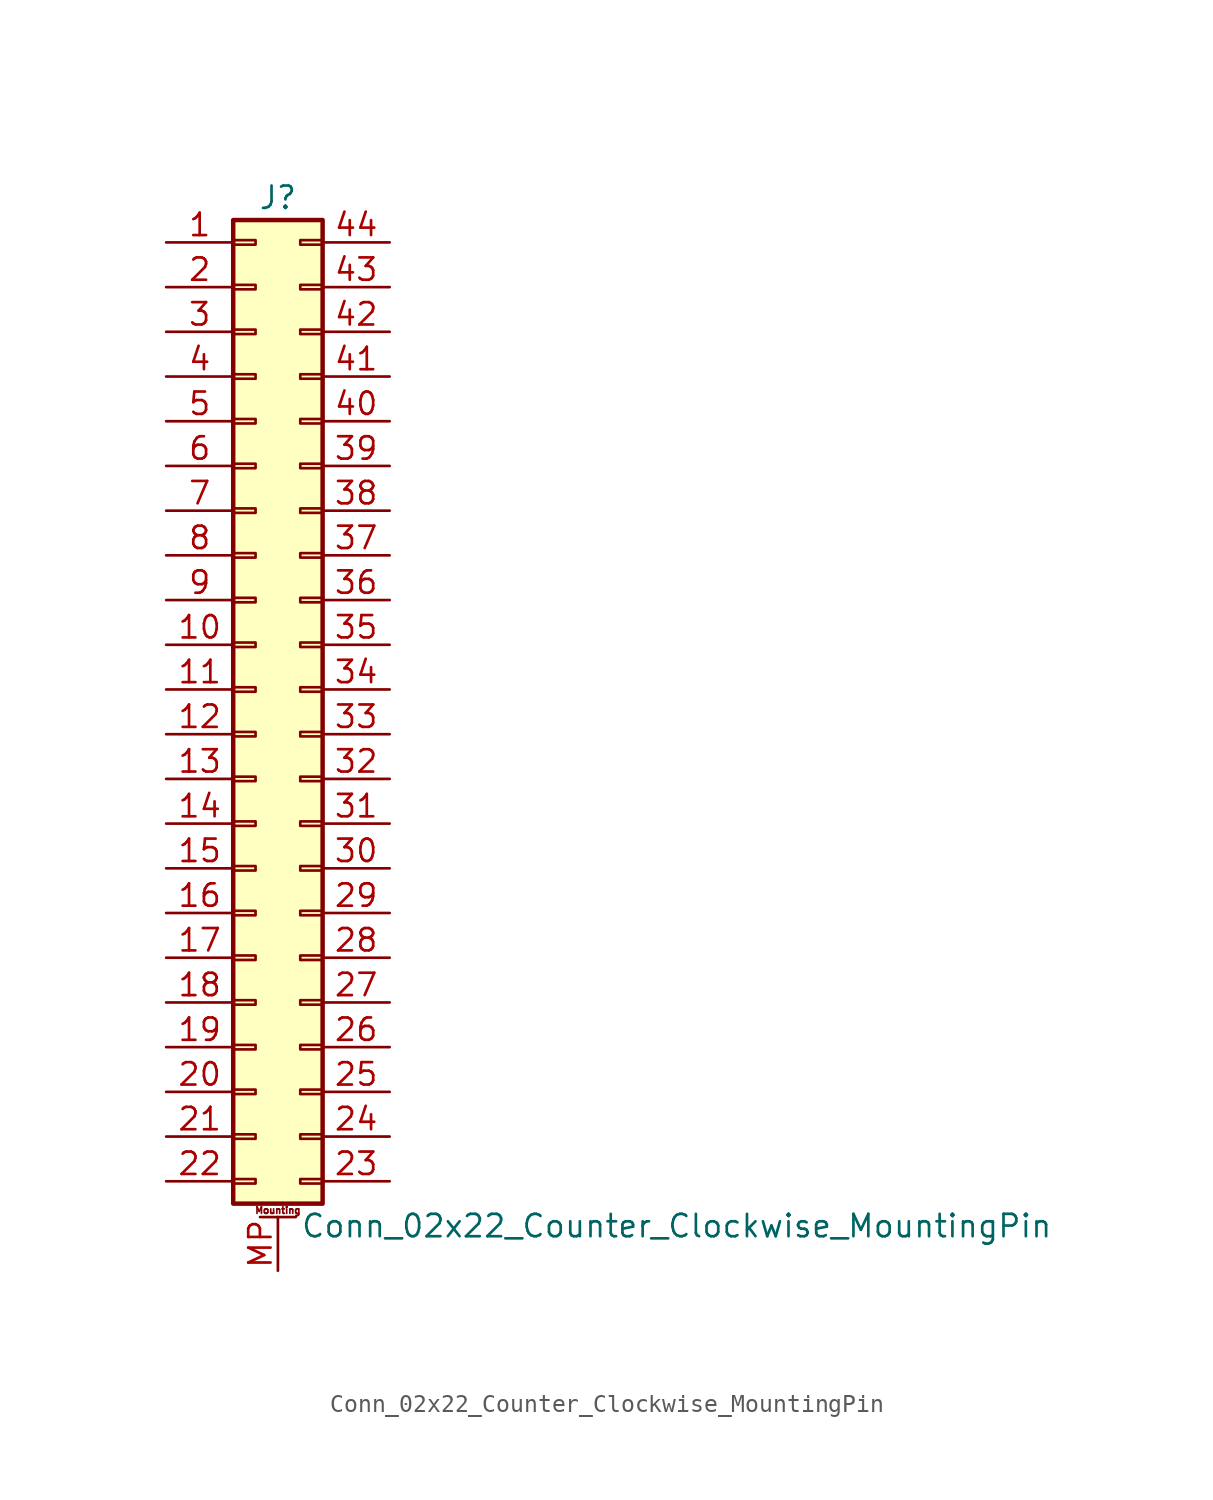
<source format=kicad_sym>
(kicad_symbol_lib
  (version 20201005)
  (generator kicad_symbol_editor)
  (symbol "Connector_Generic_MountingPin:Conn_02x22_Counter_Clockwise_MountingPin"
    (pin_names
      (offset 1.016) hide)
    (property "Reference" "J"
      (at 1.27 27.94 0)
      (effects (font (size 1.27 1.27))))
    (property "Value" "Conn_02x22_Counter_Clockwise_MountingPin"
      (at 2.54 -30.48 0)
      (effects (font (size 1.27 1.27)) (justify left)))
    (symbol "Conn_02x22_Counter_Clockwise_MountingPin_1_1"
      (text "Mounting" (at 1.27 -29.591 0) (effects (font (size 0.381 0.381))))
      (rectangle (start -1.27 -27.813) (end 0 -28.067) (stroke (width 0.152)) (fill (type none)))
      (rectangle (start -1.27 -4.953) (end 0 -5.207) (stroke (width 0.152)) (fill (type none)))
      (rectangle (start -1.27 -7.493) (end 0 -7.747) (stroke (width 0.152)) (fill (type none)))
      (rectangle (start -1.27 -10.033) (end 0 -10.287) (stroke (width 0.152)) (fill (type none)))
      (rectangle (start -1.27 -12.573) (end 0 -12.827) (stroke (width 0.152)) (fill (type none)))
      (rectangle (start -1.27 -15.113) (end 0 -15.367) (stroke (width 0.152)) (fill (type none)))
      (rectangle (start -1.27 -17.653) (end 0 -17.907) (stroke (width 0.152)) (fill (type none)))
      (rectangle (start -1.27 -20.193) (end 0 -20.447) (stroke (width 0.152)) (fill (type none)))
      (rectangle (start -1.27 -22.733) (end 0 -22.987) (stroke (width 0.152)) (fill (type none)))
      (rectangle (start -1.27 -2.413) (end 0 -2.667) (stroke (width 0.152)) (fill (type none)))
      (rectangle (start -1.27 -25.273) (end 0 -25.527) (stroke (width 0.152)) (fill (type none)))
      (rectangle (start -1.27 25.527) (end 0 25.273) (stroke (width 0.152)) (fill (type none)))
      (rectangle (start -1.27 2.667) (end 0 2.413) (stroke (width 0.152)) (fill (type none)))
      (rectangle (start -1.27 26.67) (end 3.81 -29.21) (stroke (width 0.254)) (fill (type background)))
      (rectangle (start -1.27 5.207) (end 0 4.953) (stroke (width 0.152)) (fill (type none)))
      (rectangle (start -1.27 7.747) (end 0 7.493) (stroke (width 0.152)) (fill (type none)))
      (rectangle (start -1.27 10.287) (end 0 10.033) (stroke (width 0.152)) (fill (type none)))
      (rectangle (start -1.27 0.127) (end 0 -0.127) (stroke (width 0.152)) (fill (type none)))
      (rectangle (start -1.27 12.827) (end 0 12.573) (stroke (width 0.152)) (fill (type none)))
      (rectangle (start -1.27 15.367) (end 0 15.113) (stroke (width 0.152)) (fill (type none)))
      (rectangle (start -1.27 17.907) (end 0 17.653) (stroke (width 0.152)) (fill (type none)))
      (rectangle (start -1.27 20.447) (end 0 20.193) (stroke (width 0.152)) (fill (type none)))
      (rectangle (start -1.27 22.987) (end 0 22.733) (stroke (width 0.152)) (fill (type none)))
      (rectangle (start 3.81 -27.813) (end 2.54 -28.067) (stroke (width 0.152)) (fill (type none)))
      (rectangle (start 3.81 -4.953) (end 2.54 -5.207) (stroke (width 0.152)) (fill (type none)))
      (rectangle (start 3.81 -7.493) (end 2.54 -7.747) (stroke (width 0.152)) (fill (type none)))
      (rectangle (start 3.81 -10.033) (end 2.54 -10.287) (stroke (width 0.152)) (fill (type none)))
      (rectangle (start 3.81 -12.573) (end 2.54 -12.827) (stroke (width 0.152)) (fill (type none)))
      (rectangle (start 3.81 -15.113) (end 2.54 -15.367) (stroke (width 0.152)) (fill (type none)))
      (rectangle (start 3.81 -17.653) (end 2.54 -17.907) (stroke (width 0.152)) (fill (type none)))
      (rectangle (start 3.81 -20.193) (end 2.54 -20.447) (stroke (width 0.152)) (fill (type none)))
      (rectangle (start 3.81 -22.733) (end 2.54 -22.987) (stroke (width 0.152)) (fill (type none)))
      (rectangle (start 3.81 -2.413) (end 2.54 -2.667) (stroke (width 0.152)) (fill (type none)))
      (rectangle (start 3.81 -25.273) (end 2.54 -25.527) (stroke (width 0.152)) (fill (type none)))
      (rectangle (start 3.81 25.527) (end 2.54 25.273) (stroke (width 0.152)) (fill (type none)))
      (rectangle (start 3.81 2.667) (end 2.54 2.413) (stroke (width 0.152)) (fill (type none)))
      (rectangle (start 3.81 5.207) (end 2.54 4.953) (stroke (width 0.152)) (fill (type none)))
      (rectangle (start 3.81 7.747) (end 2.54 7.493) (stroke (width 0.152)) (fill (type none)))
      (rectangle (start 3.81 10.287) (end 2.54 10.033) (stroke (width 0.152)) (fill (type none)))
      (rectangle (start 3.81 0.127) (end 2.54 -0.127) (stroke (width 0.152)) (fill (type none)))
      (rectangle (start 3.81 12.827) (end 2.54 12.573) (stroke (width 0.152)) (fill (type none)))
      (rectangle (start 3.81 15.367) (end 2.54 15.113) (stroke (width 0.152)) (fill (type none)))
      (rectangle (start 3.81 17.907) (end 2.54 17.653) (stroke (width 0.152)) (fill (type none)))
      (rectangle (start 3.81 20.447) (end 2.54 20.193) (stroke (width 0.152)) (fill (type none)))
      (rectangle (start 3.81 22.987) (end 2.54 22.733) (stroke (width 0.152)) (fill (type none)))
      (polyline (pts (xy 0.254 -29.972) (xy 2.286 -29.972)) (stroke (width 0.152)) (fill (type none)))
      (pin passive line (at 1.27 -33.02 90) (length 3.048) (name "MountPin" (effects (font (size 1.27 1.27)))) (number "MP" (effects (font (size 1.27 1.27)))))
      (pin passive line (at -5.08 25.4 0) (length 3.81) (name "Pin_1" (effects (font (size 1.27 1.27)))) (number "1" (effects (font (size 1.27 1.27)))))
      (pin passive line (at -5.08 2.54 0) (length 3.81) (name "Pin_10" (effects (font (size 1.27 1.27)))) (number "10" (effects (font (size 1.27 1.27)))))
      (pin passive line (at -5.08 0 0) (length 3.81) (name "Pin_11" (effects (font (size 1.27 1.27)))) (number "11" (effects (font (size 1.27 1.27)))))
      (pin passive line (at -5.08 -2.54 0) (length 3.81) (name "Pin_12" (effects (font (size 1.27 1.27)))) (number "12" (effects (font (size 1.27 1.27)))))
      (pin passive line (at -5.08 -5.08 0) (length 3.81) (name "Pin_13" (effects (font (size 1.27 1.27)))) (number "13" (effects (font (size 1.27 1.27)))))
      (pin passive line (at -5.08 -7.62 0) (length 3.81) (name "Pin_14" (effects (font (size 1.27 1.27)))) (number "14" (effects (font (size 1.27 1.27)))))
      (pin passive line (at -5.08 -10.16 0) (length 3.81) (name "Pin_15" (effects (font (size 1.27 1.27)))) (number "15" (effects (font (size 1.27 1.27)))))
      (pin passive line (at -5.08 -12.7 0) (length 3.81) (name "Pin_16" (effects (font (size 1.27 1.27)))) (number "16" (effects (font (size 1.27 1.27)))))
      (pin passive line (at -5.08 -15.24 0) (length 3.81) (name "Pin_17" (effects (font (size 1.27 1.27)))) (number "17" (effects (font (size 1.27 1.27)))))
      (pin passive line (at -5.08 -17.78 0) (length 3.81) (name "Pin_18" (effects (font (size 1.27 1.27)))) (number "18" (effects (font (size 1.27 1.27)))))
      (pin passive line (at -5.08 -20.32 0) (length 3.81) (name "Pin_19" (effects (font (size 1.27 1.27)))) (number "19" (effects (font (size 1.27 1.27)))))
      (pin passive line (at -5.08 22.86 0) (length 3.81) (name "Pin_2" (effects (font (size 1.27 1.27)))) (number "2" (effects (font (size 1.27 1.27)))))
      (pin passive line (at -5.08 -22.86 0) (length 3.81) (name "Pin_20" (effects (font (size 1.27 1.27)))) (number "20" (effects (font (size 1.27 1.27)))))
      (pin passive line (at -5.08 -25.4 0) (length 3.81) (name "Pin_21" (effects (font (size 1.27 1.27)))) (number "21" (effects (font (size 1.27 1.27)))))
      (pin passive line (at -5.08 -27.94 0) (length 3.81) (name "Pin_22" (effects (font (size 1.27 1.27)))) (number "22" (effects (font (size 1.27 1.27)))))
      (pin passive line (at 7.62 -27.94 180) (length 3.81) (name "Pin_23" (effects (font (size 1.27 1.27)))) (number "23" (effects (font (size 1.27 1.27)))))
      (pin passive line (at 7.62 -25.4 180) (length 3.81) (name "Pin_24" (effects (font (size 1.27 1.27)))) (number "24" (effects (font (size 1.27 1.27)))))
      (pin passive line (at 7.62 -22.86 180) (length 3.81) (name "Pin_25" (effects (font (size 1.27 1.27)))) (number "25" (effects (font (size 1.27 1.27)))))
      (pin passive line (at 7.62 -20.32 180) (length 3.81) (name "Pin_26" (effects (font (size 1.27 1.27)))) (number "26" (effects (font (size 1.27 1.27)))))
      (pin passive line (at 7.62 -17.78 180) (length 3.81) (name "Pin_27" (effects (font (size 1.27 1.27)))) (number "27" (effects (font (size 1.27 1.27)))))
      (pin passive line (at 7.62 -15.24 180) (length 3.81) (name "Pin_28" (effects (font (size 1.27 1.27)))) (number "28" (effects (font (size 1.27 1.27)))))
      (pin passive line (at 7.62 -12.7 180) (length 3.81) (name "Pin_29" (effects (font (size 1.27 1.27)))) (number "29" (effects (font (size 1.27 1.27)))))
      (pin passive line (at -5.08 20.32 0) (length 3.81) (name "Pin_3" (effects (font (size 1.27 1.27)))) (number "3" (effects (font (size 1.27 1.27)))))
      (pin passive line (at 7.62 -10.16 180) (length 3.81) (name "Pin_30" (effects (font (size 1.27 1.27)))) (number "30" (effects (font (size 1.27 1.27)))))
      (pin passive line (at 7.62 -7.62 180) (length 3.81) (name "Pin_31" (effects (font (size 1.27 1.27)))) (number "31" (effects (font (size 1.27 1.27)))))
      (pin passive line (at 7.62 -5.08 180) (length 3.81) (name "Pin_32" (effects (font (size 1.27 1.27)))) (number "32" (effects (font (size 1.27 1.27)))))
      (pin passive line (at 7.62 -2.54 180) (length 3.81) (name "Pin_33" (effects (font (size 1.27 1.27)))) (number "33" (effects (font (size 1.27 1.27)))))
      (pin passive line (at 7.62 0 180) (length 3.81) (name "Pin_34" (effects (font (size 1.27 1.27)))) (number "34" (effects (font (size 1.27 1.27)))))
      (pin passive line (at 7.62 2.54 180) (length 3.81) (name "Pin_35" (effects (font (size 1.27 1.27)))) (number "35" (effects (font (size 1.27 1.27)))))
      (pin passive line (at 7.62 5.08 180) (length 3.81) (name "Pin_36" (effects (font (size 1.27 1.27)))) (number "36" (effects (font (size 1.27 1.27)))))
      (pin passive line (at 7.62 7.62 180) (length 3.81) (name "Pin_37" (effects (font (size 1.27 1.27)))) (number "37" (effects (font (size 1.27 1.27)))))
      (pin passive line (at 7.62 10.16 180) (length 3.81) (name "Pin_38" (effects (font (size 1.27 1.27)))) (number "38" (effects (font (size 1.27 1.27)))))
      (pin passive line (at 7.62 12.7 180) (length 3.81) (name "Pin_39" (effects (font (size 1.27 1.27)))) (number "39" (effects (font (size 1.27 1.27)))))
      (pin passive line (at -5.08 17.78 0) (length 3.81) (name "Pin_4" (effects (font (size 1.27 1.27)))) (number "4" (effects (font (size 1.27 1.27)))))
      (pin passive line (at 7.62 15.24 180) (length 3.81) (name "Pin_40" (effects (font (size 1.27 1.27)))) (number "40" (effects (font (size 1.27 1.27)))))
      (pin passive line (at 7.62 17.78 180) (length 3.81) (name "Pin_41" (effects (font (size 1.27 1.27)))) (number "41" (effects (font (size 1.27 1.27)))))
      (pin passive line (at 7.62 20.32 180) (length 3.81) (name "Pin_42" (effects (font (size 1.27 1.27)))) (number "42" (effects (font (size 1.27 1.27)))))
      (pin passive line (at 7.62 22.86 180) (length 3.81) (name "Pin_43" (effects (font (size 1.27 1.27)))) (number "43" (effects (font (size 1.27 1.27)))))
      (pin passive line (at 7.62 25.4 180) (length 3.81) (name "Pin_44" (effects (font (size 1.27 1.27)))) (number "44" (effects (font (size 1.27 1.27)))))
      (pin passive line (at -5.08 15.24 0) (length 3.81) (name "Pin_5" (effects (font (size 1.27 1.27)))) (number "5" (effects (font (size 1.27 1.27)))))
      (pin passive line (at -5.08 12.7 0) (length 3.81) (name "Pin_6" (effects (font (size 1.27 1.27)))) (number "6" (effects (font (size 1.27 1.27)))))
      (pin passive line (at -5.08 10.16 0) (length 3.81) (name "Pin_7" (effects (font (size 1.27 1.27)))) (number "7" (effects (font (size 1.27 1.27)))))
      (pin passive line (at -5.08 7.62 0) (length 3.81) (name "Pin_8" (effects (font (size 1.27 1.27)))) (number "8" (effects (font (size 1.27 1.27)))))
      (pin passive line (at -5.08 5.08 0) (length 3.81) (name "Pin_9" (effects (font (size 1.27 1.27)))) (number "9" (effects (font (size 1.27 1.27))))))))
</source>
